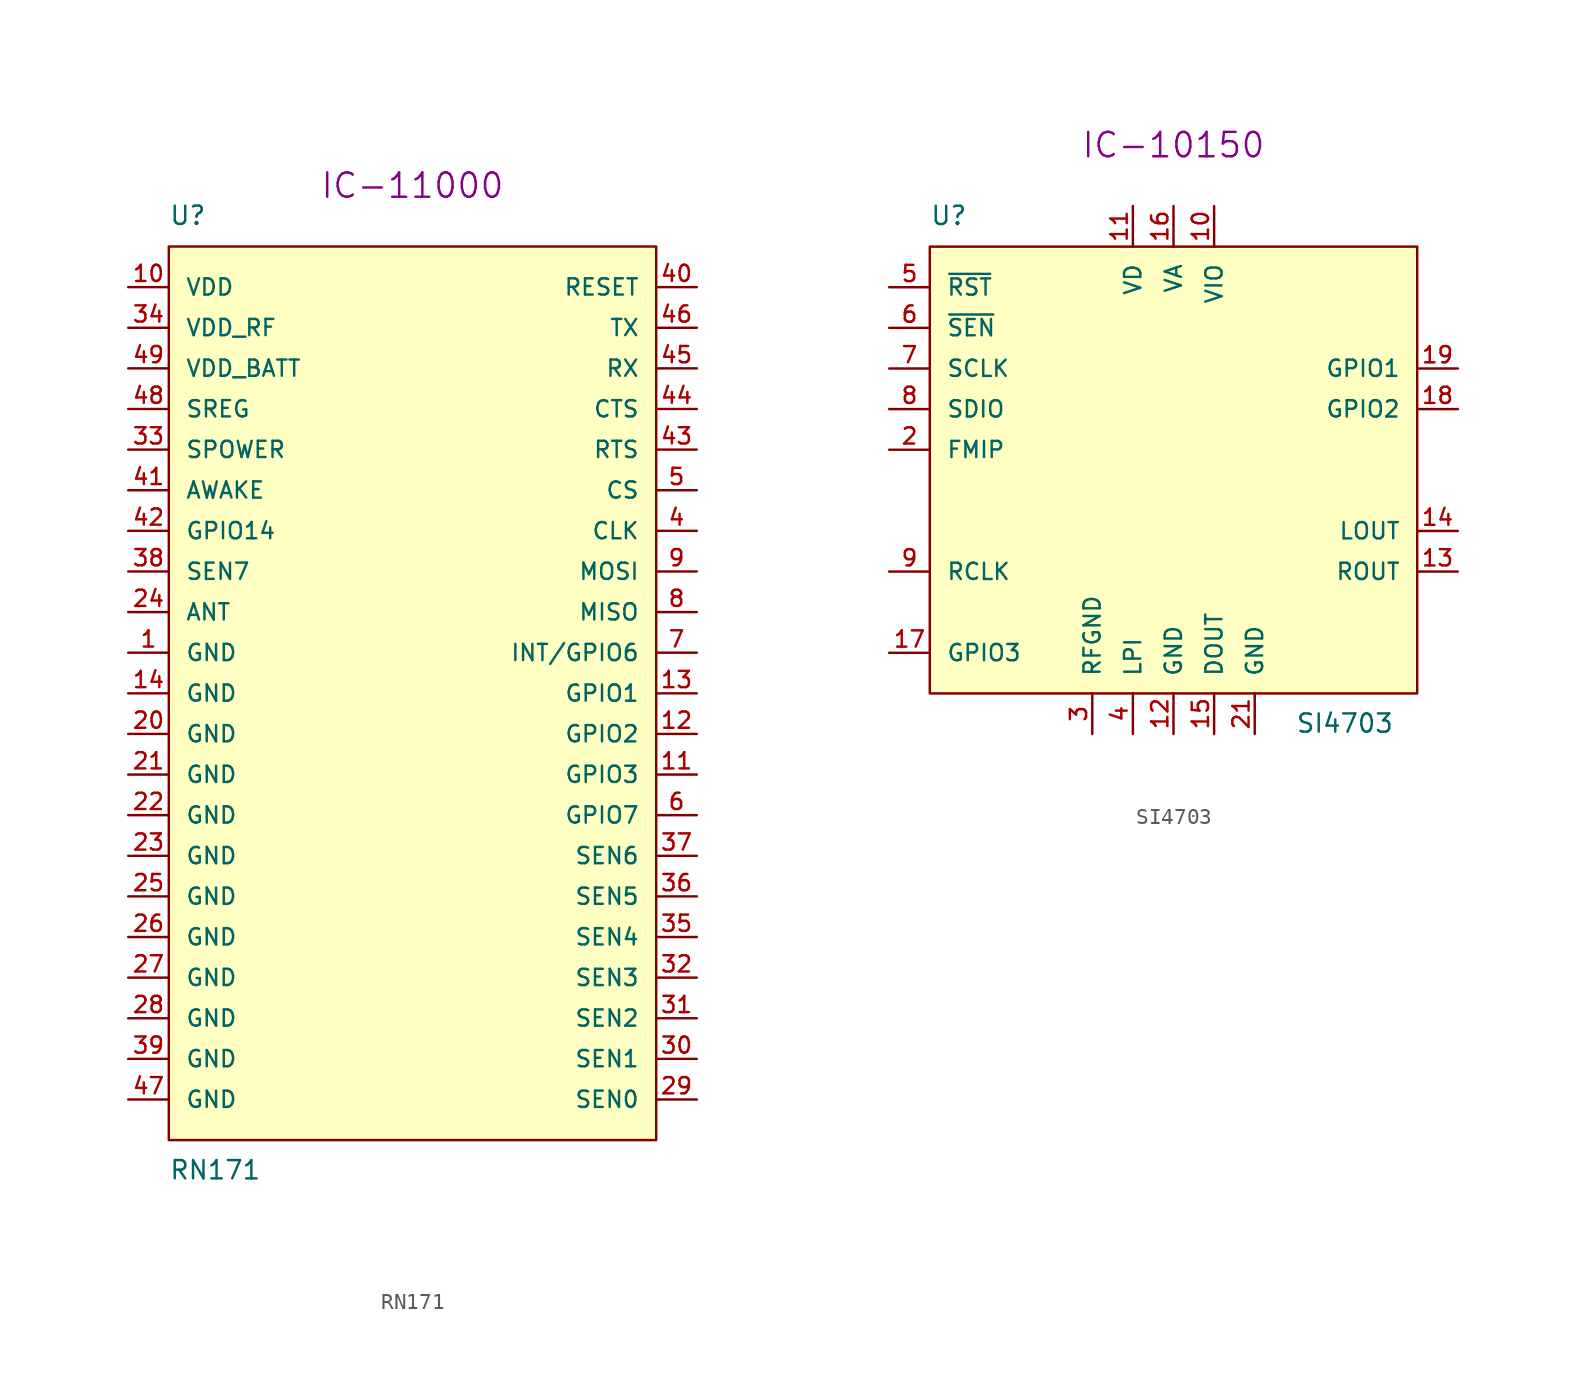
<source format=kicad_sym>
(kicad_symbol_lib
  (version 20220914)
  (generator kicad_symbol_editor)
  (symbol "RN171"
    (pin_names
      (offset 1.016))
    (property "Reference" "U"
      (at -15.24 29.21 0)
      (effects (font (size 1.143 1.143)) (justify left bottom)))
    (property "Value" "RN171"
      (at -15.24 -30.48 0)
      (effects (font (size 1.143 1.143)) (justify left bottom)))
    (property "Field4" "IC-11000"
      (at 0 31.75 0)
      (effects (font (size 1.524 1.524))))
    (property "ki_locked" ""
      (at 0 0 0)
      (effects (font (size 1.27 1.27))))
    (symbol "RN171_1_1"
      (polyline (pts (xy -15.24 -27.94) (xy 15.24 -27.94) (xy 15.24 27.94) (xy -15.24 27.94) (xy -15.24 -27.94)) (stroke (width 0) (type solid)) (fill (type background)))
      (pin bidirectional line (at -17.78 2.54 0) (length 2.54) (name "GND" (effects (font (size 1.016 1.016)))) (number "1" (effects (font (size 1.016 1.016)))))
      (pin bidirectional line (at -17.78 25.4 0) (length 2.54) (name "VDD" (effects (font (size 1.016 1.016)))) (number "10" (effects (font (size 1.016 1.016)))))
      (pin bidirectional line (at 17.78 -5.08 180) (length 2.54) (name "GPIO3" (effects (font (size 1.016 1.016)))) (number "11" (effects (font (size 1.016 1.016)))))
      (pin bidirectional line (at 17.78 -2.54 180) (length 2.54) (name "GPIO2" (effects (font (size 1.016 1.016)))) (number "12" (effects (font (size 1.016 1.016)))))
      (pin bidirectional line (at 17.78 0 180) (length 2.54) (name "GPIO1" (effects (font (size 1.016 1.016)))) (number "13" (effects (font (size 1.016 1.016)))))
      (pin bidirectional line (at -17.78 0 0) (length 2.54) (name "GND" (effects (font (size 1.016 1.016)))) (number "14" (effects (font (size 1.016 1.016)))))
      (pin bidirectional line (at -17.78 -2.54 0) (length 2.54) (name "GND" (effects (font (size 1.016 1.016)))) (number "20" (effects (font (size 1.016 1.016)))))
      (pin bidirectional line (at -17.78 -5.08 0) (length 2.54) (name "GND" (effects (font (size 1.016 1.016)))) (number "21" (effects (font (size 1.016 1.016)))))
      (pin bidirectional line (at -17.78 -7.62 0) (length 2.54) (name "GND" (effects (font (size 1.016 1.016)))) (number "22" (effects (font (size 1.016 1.016)))))
      (pin bidirectional line (at -17.78 -10.16 0) (length 2.54) (name "GND" (effects (font (size 1.016 1.016)))) (number "23" (effects (font (size 1.016 1.016)))))
      (pin bidirectional line (at -17.78 5.08 0) (length 2.54) (name "ANT" (effects (font (size 1.016 1.016)))) (number "24" (effects (font (size 1.016 1.016)))))
      (pin bidirectional line (at -17.78 -12.7 0) (length 2.54) (name "GND" (effects (font (size 1.016 1.016)))) (number "25" (effects (font (size 1.016 1.016)))))
      (pin bidirectional line (at -17.78 -15.24 0) (length 2.54) (name "GND" (effects (font (size 1.016 1.016)))) (number "26" (effects (font (size 1.016 1.016)))))
      (pin bidirectional line (at -17.78 -17.78 0) (length 2.54) (name "GND" (effects (font (size 1.016 1.016)))) (number "27" (effects (font (size 1.016 1.016)))))
      (pin bidirectional line (at -17.78 -20.32 0) (length 2.54) (name "GND" (effects (font (size 1.016 1.016)))) (number "28" (effects (font (size 1.016 1.016)))))
      (pin bidirectional line (at 17.78 -25.4 180) (length 2.54) (name "SEN0" (effects (font (size 1.016 1.016)))) (number "29" (effects (font (size 1.016 1.016)))))
      (pin bidirectional line (at 17.78 -22.86 180) (length 2.54) (name "SEN1" (effects (font (size 1.016 1.016)))) (number "30" (effects (font (size 1.016 1.016)))))
      (pin bidirectional line (at 17.78 -20.32 180) (length 2.54) (name "SEN2" (effects (font (size 1.016 1.016)))) (number "31" (effects (font (size 1.016 1.016)))))
      (pin bidirectional line (at 17.78 -17.78 180) (length 2.54) (name "SEN3" (effects (font (size 1.016 1.016)))) (number "32" (effects (font (size 1.016 1.016)))))
      (pin bidirectional line (at -17.78 15.24 0) (length 2.54) (name "SPOWER" (effects (font (size 1.016 1.016)))) (number "33" (effects (font (size 1.016 1.016)))))
      (pin bidirectional line (at -17.78 22.86 0) (length 2.54) (name "VDD_RF" (effects (font (size 1.016 1.016)))) (number "34" (effects (font (size 1.016 1.016)))))
      (pin bidirectional line (at 17.78 -15.24 180) (length 2.54) (name "SEN4" (effects (font (size 1.016 1.016)))) (number "35" (effects (font (size 1.016 1.016)))))
      (pin bidirectional line (at 17.78 -12.7 180) (length 2.54) (name "SEN5" (effects (font (size 1.016 1.016)))) (number "36" (effects (font (size 1.016 1.016)))))
      (pin bidirectional line (at 17.78 -10.16 180) (length 2.54) (name "SEN6" (effects (font (size 1.016 1.016)))) (number "37" (effects (font (size 1.016 1.016)))))
      (pin bidirectional line (at -17.78 7.62 0) (length 2.54) (name "SEN7" (effects (font (size 1.016 1.016)))) (number "38" (effects (font (size 1.016 1.016)))))
      (pin bidirectional line (at -17.78 -22.86 0) (length 2.54) (name "GND" (effects (font (size 1.016 1.016)))) (number "39" (effects (font (size 1.016 1.016)))))
      (pin bidirectional line (at 17.78 10.16 180) (length 2.54) (name "CLK" (effects (font (size 1.016 1.016)))) (number "4" (effects (font (size 1.016 1.016)))))
      (pin bidirectional line (at 17.78 25.4 180) (length 2.54) (name "RESET" (effects (font (size 1.016 1.016)))) (number "40" (effects (font (size 1.016 1.016)))))
      (pin bidirectional line (at -17.78 12.7 0) (length 2.54) (name "AWAKE" (effects (font (size 1.016 1.016)))) (number "41" (effects (font (size 1.016 1.016)))))
      (pin bidirectional line (at -17.78 10.16 0) (length 2.54) (name "GPIO14" (effects (font (size 1.016 1.016)))) (number "42" (effects (font (size 1.016 1.016)))))
      (pin bidirectional line (at 17.78 15.24 180) (length 2.54) (name "RTS" (effects (font (size 1.016 1.016)))) (number "43" (effects (font (size 1.016 1.016)))))
      (pin bidirectional line (at 17.78 17.78 180) (length 2.54) (name "CTS" (effects (font (size 1.016 1.016)))) (number "44" (effects (font (size 1.016 1.016)))))
      (pin bidirectional line (at 17.78 20.32 180) (length 2.54) (name "RX" (effects (font (size 1.016 1.016)))) (number "45" (effects (font (size 1.016 1.016)))))
      (pin bidirectional line (at 17.78 22.86 180) (length 2.54) (name "TX" (effects (font (size 1.016 1.016)))) (number "46" (effects (font (size 1.016 1.016)))))
      (pin bidirectional line (at -17.78 -25.4 0) (length 2.54) (name "GND" (effects (font (size 1.016 1.016)))) (number "47" (effects (font (size 1.016 1.016)))))
      (pin bidirectional line (at -17.78 17.78 0) (length 2.54) (name "SREG" (effects (font (size 1.016 1.016)))) (number "48" (effects (font (size 1.016 1.016)))))
      (pin bidirectional line (at -17.78 20.32 0) (length 2.54) (name "VDD_BATT" (effects (font (size 1.016 1.016)))) (number "49" (effects (font (size 1.016 1.016)))))
      (pin bidirectional line (at 17.78 12.7 180) (length 2.54) (name "CS" (effects (font (size 1.016 1.016)))) (number "5" (effects (font (size 1.016 1.016)))))
      (pin bidirectional line (at 17.78 -7.62 180) (length 2.54) (name "GPIO7" (effects (font (size 1.016 1.016)))) (number "6" (effects (font (size 1.016 1.016)))))
      (pin bidirectional line (at 17.78 2.54 180) (length 2.54) (name "INT/GPIO6" (effects (font (size 1.016 1.016)))) (number "7" (effects (font (size 1.016 1.016)))))
      (pin bidirectional line (at 17.78 5.08 180) (length 2.54) (name "MISO" (effects (font (size 1.016 1.016)))) (number "8" (effects (font (size 1.016 1.016)))))
      (pin bidirectional line (at 17.78 7.62 180) (length 2.54) (name "MOSI" (effects (font (size 1.016 1.016)))) (number "9" (effects (font (size 1.016 1.016)))))))
  (symbol "SI4703"
    (pin_names
      (offset 1.016))
    (property "Reference" "U"
      (at -15.24 13.97 0)
      (effects (font (size 1.143 1.143)) (justify left bottom)))
    (property "Value" "SI4703"
      (at 7.62 -17.78 0)
      (effects (font (size 1.143 1.143)) (justify left bottom)))
    (property "Field4" "IC-10150"
      (at 0 19.05 0)
      (effects (font (size 1.524 1.524))))
    (property "ki_locked" ""
      (at 0 0 0)
      (effects (font (size 1.27 1.27))))
    (symbol "SI4703_1_1"
      (polyline (pts (xy -15.24 12.7) (xy 15.24 12.7) (xy 15.24 -15.24) (xy -15.24 -15.24) (xy -15.24 12.7)) (stroke (width 0) (type solid)) (fill (type background)))
      (pin bidirectional line (at 2.54 15.24 270) (length 2.54) (name "VIO" (effects (font (size 1.016 1.016)))) (number "10" (effects (font (size 1.016 1.016)))))
      (pin bidirectional line (at -2.54 15.24 270) (length 2.54) (name "VD" (effects (font (size 1.016 1.016)))) (number "11" (effects (font (size 1.016 1.016)))))
      (pin bidirectional line (at 0 -17.78 90) (length 2.54) (name "GND" (effects (font (size 1.016 1.016)))) (number "12" (effects (font (size 1.016 1.016)))))
      (pin bidirectional line (at 17.78 -7.62 180) (length 2.54) (name "ROUT" (effects (font (size 1.016 1.016)))) (number "13" (effects (font (size 1.016 1.016)))))
      (pin bidirectional line (at 17.78 -5.08 180) (length 2.54) (name "LOUT" (effects (font (size 1.016 1.016)))) (number "14" (effects (font (size 1.016 1.016)))))
      (pin bidirectional line (at 2.54 -17.78 90) (length 2.54) (name "DOUT" (effects (font (size 1.016 1.016)))) (number "15" (effects (font (size 1.016 1.016)))))
      (pin bidirectional line (at 0 15.24 270) (length 2.54) (name "VA" (effects (font (size 1.016 1.016)))) (number "16" (effects (font (size 1.016 1.016)))))
      (pin bidirectional line (at -17.78 -12.7 0) (length 2.54) (name "GPIO3" (effects (font (size 1.016 1.016)))) (number "17" (effects (font (size 1.016 1.016)))))
      (pin bidirectional line (at 17.78 2.54 180) (length 2.54) (name "GPIO2" (effects (font (size 1.016 1.016)))) (number "18" (effects (font (size 1.016 1.016)))))
      (pin bidirectional line (at 17.78 5.08 180) (length 2.54) (name "GPIO1" (effects (font (size 1.016 1.016)))) (number "19" (effects (font (size 1.016 1.016)))))
      (pin bidirectional line (at -17.78 0 0) (length 2.54) (name "FMIP" (effects (font (size 1.016 1.016)))) (number "2" (effects (font (size 1.016 1.016)))))
      (pin bidirectional line (at 5.08 -17.78 90) (length 2.54) (name "GND" (effects (font (size 1.016 1.016)))) (number "21" (effects (font (size 1.016 1.016)))))
      (pin bidirectional line (at -5.08 -17.78 90) (length 2.54) (name "RFGND" (effects (font (size 1.016 1.016)))) (number "3" (effects (font (size 1.016 1.016)))))
      (pin bidirectional line (at -2.54 -17.78 90) (length 2.54) (name "LPI" (effects (font (size 1.016 1.016)))) (number "4" (effects (font (size 1.016 1.016)))))
      (pin bidirectional line (at -17.78 10.16 0) (length 2.54) (name "~{RST}" (effects (font (size 1.016 1.016)))) (number "5" (effects (font (size 1.016 1.016)))))
      (pin bidirectional line (at -17.78 7.62 0) (length 2.54) (name "~{SEN}" (effects (font (size 1.016 1.016)))) (number "6" (effects (font (size 1.016 1.016)))))
      (pin bidirectional line (at -17.78 5.08 0) (length 2.54) (name "SCLK" (effects (font (size 1.016 1.016)))) (number "7" (effects (font (size 1.016 1.016)))))
      (pin bidirectional line (at -17.78 2.54 0) (length 2.54) (name "SDIO" (effects (font (size 1.016 1.016)))) (number "8" (effects (font (size 1.016 1.016)))))
      (pin bidirectional line (at -17.78 -7.62 0) (length 2.54) (name "RCLK" (effects (font (size 1.016 1.016)))) (number "9" (effects (font (size 1.016 1.016))))))))
</source>
